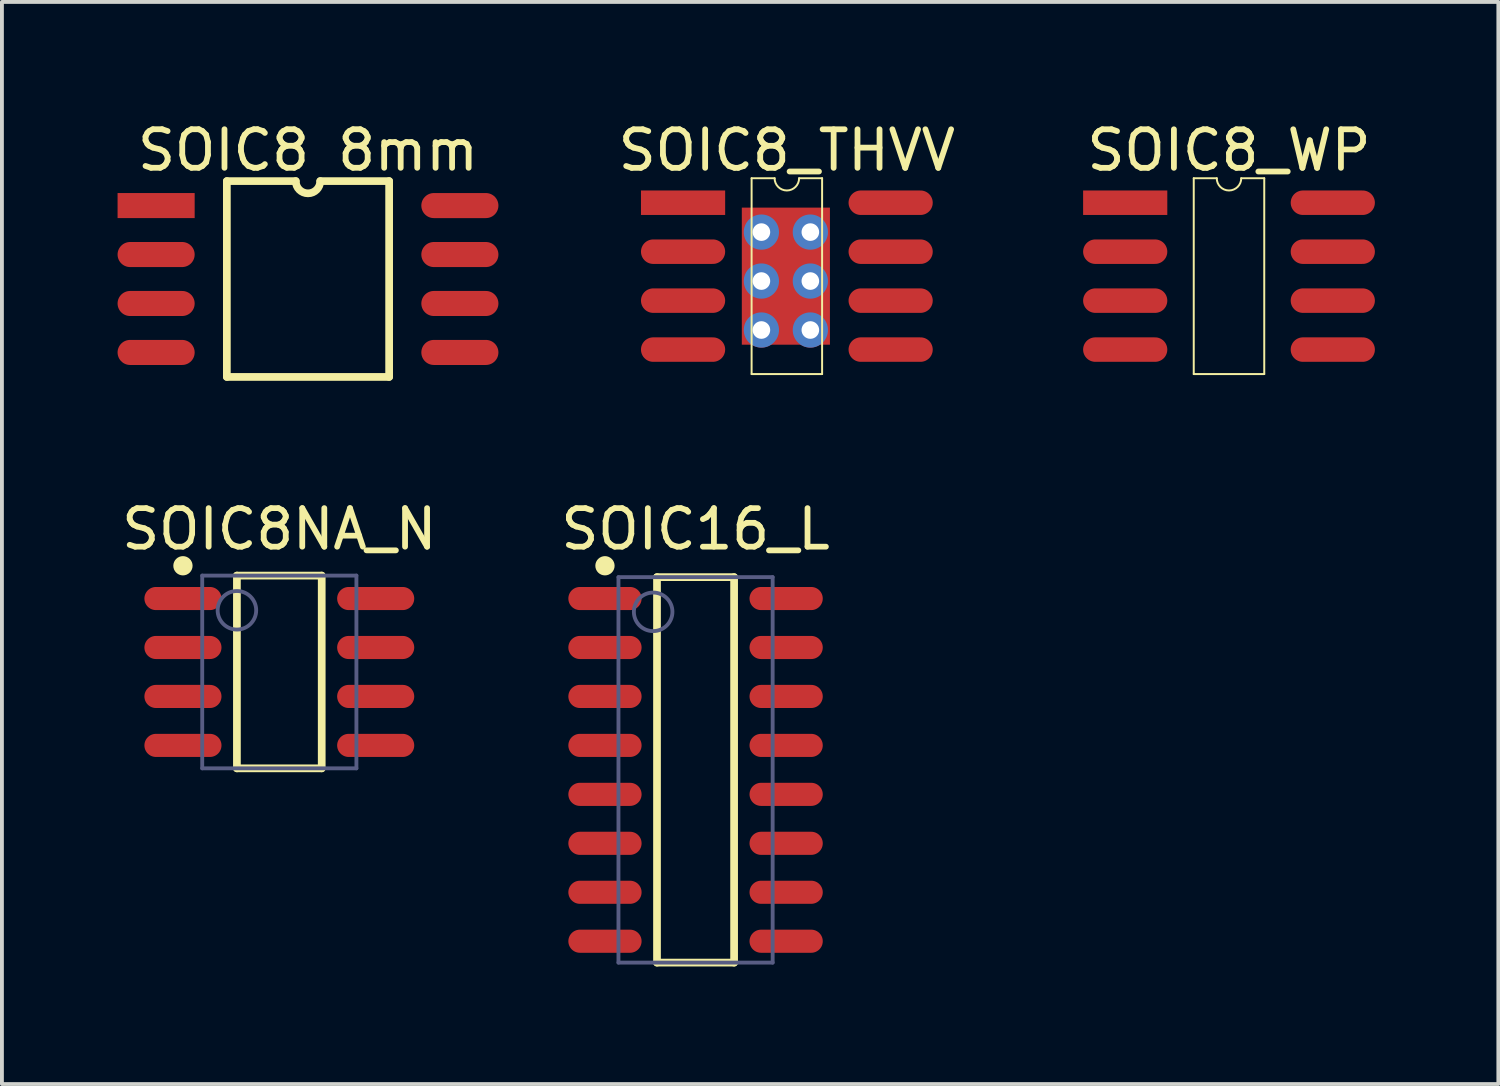
<source format=kicad_pcb>
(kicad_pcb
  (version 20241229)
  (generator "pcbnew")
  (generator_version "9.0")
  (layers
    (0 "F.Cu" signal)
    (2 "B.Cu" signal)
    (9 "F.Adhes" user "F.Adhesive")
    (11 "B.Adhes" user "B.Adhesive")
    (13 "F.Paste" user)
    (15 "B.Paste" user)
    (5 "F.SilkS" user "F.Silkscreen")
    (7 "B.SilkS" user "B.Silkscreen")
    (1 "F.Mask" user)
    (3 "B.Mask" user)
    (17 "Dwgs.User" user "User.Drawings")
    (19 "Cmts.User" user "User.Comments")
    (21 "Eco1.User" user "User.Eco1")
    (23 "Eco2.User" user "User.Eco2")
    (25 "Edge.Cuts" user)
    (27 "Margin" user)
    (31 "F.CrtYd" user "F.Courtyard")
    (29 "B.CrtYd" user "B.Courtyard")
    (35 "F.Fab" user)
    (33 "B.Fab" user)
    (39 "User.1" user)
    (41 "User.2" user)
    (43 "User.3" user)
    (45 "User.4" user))
  (footprint "SOIC8NA_N"
    (layer "F.Cu")
    (at 4.196 14.382)
    (property "Reference" "SOIC8NA_N" (at 0 -3.705 0) (layer "F.SilkS") (effects (font (size 1 1) (thickness 0.15))))
    (fp_line (start -1.1 -2.5) (end 1.1 -2.5) (stroke (width 0.2) (type solid)) (layer "F.SilkS"))
    (fp_line (start -1.1 2.5) (end -1.1 -2.5) (stroke (width 0.2) (type solid)) (layer "F.SilkS"))
    (fp_line (start -1.1 2.5) (end 1.1 2.5) (stroke (width 0.2) (type solid)) (layer "F.SilkS"))
    (fp_line (start 1.1 2.5) (end 1.1 -2.5) (stroke (width 0.2) (type solid)) (layer "F.SilkS"))
    (fp_circle (center -2.5 -2.755) (end -2.5 -2.88) (stroke (width 0.25) (type solid)) (fill no) (layer "F.SilkS"))
    (fp_line (start -3.75 -2.75) (end 3.75 -2.75) (stroke (width 0.1) (type solid)) (layer "Eco2.User"))
    (fp_line (start -3.75 2.75) (end -3.75 -2.75) (stroke (width 0.1) (type solid)) (layer "Eco2.User"))
    (fp_line (start -3.75 2.75) (end 3.75 2.75) (stroke (width 0.1) (type solid)) (layer "Eco2.User"))
    (fp_line (start -0.5 0) (end 0.5 0) (stroke (width 0.1) (type solid)) (layer "Eco2.User"))
    (fp_line (start 0 0.5) (end 0 -0.5) (stroke (width 0.1) (type solid)) (layer "Eco2.User"))
    (fp_line (start 3.75 2.75) (end 3.75 -2.75) (stroke (width 0.1) (type solid)) (layer "Eco2.User"))
    (fp_line (start -2 -2.5) (end 2 -2.5) (stroke (width 0.1) (type solid)) (layer "B.Fab"))
    (fp_line (start -2 2.5) (end -2 -2.5) (stroke (width 0.1) (type solid)) (layer "B.Fab"))
    (fp_line (start -2 2.5) (end 2 2.5) (stroke (width 0.1) (type solid)) (layer "B.Fab"))
    (fp_line (start 2 2.5) (end 2 -2.5) (stroke (width 0.1) (type solid)) (layer "B.Fab"))
    (fp_circle (center -1.1 -1.6) (end -1.1 -2.1) (stroke (width 0.1) (type solid)) (fill no) (layer "B.Fab"))
    (pad "1" smd oval (at -2.5 -1.905 90) (size 0.6 2) (layers "F.Cu" "F.Mask" "F.Paste"))
    (pad "2" smd oval (at -2.5 -0.635 90) (size 0.6 2) (layers "F.Cu" "F.Mask" "F.Paste"))
    (pad "3" smd oval (at -2.5 0.635 90) (size 0.6 2) (layers "F.Cu" "F.Mask" "F.Paste"))
    (pad "4" smd oval (at -2.5 1.905 90) (size 0.6 2) (layers "F.Cu" "F.Mask" "F.Paste"))
    (pad "5" smd oval (at 2.5 1.905 90) (size 0.6 2) (layers "F.Cu" "F.Mask" "F.Paste"))
    (pad "6" smd oval (at 2.5 0.635 90) (size 0.6 2) (layers "F.Cu" "F.Mask" "F.Paste"))
    (pad "7" smd oval (at 2.5 -0.635 90) (size 0.6 2) (layers "F.Cu" "F.Mask" "F.Paste"))
    (pad "8" smd oval (at 2.5 -1.905 90) (size 0.6 2) (layers "F.Cu" "F.Mask" "F.Paste")))
  (footprint "SOIC8_THVV"
    (layer "F.Cu")
    (at 14.67 2.209)
    (property "Reference" "SOIC8_THVV" (at 2.692 -1.36 0) (layer "F.SilkS") (effects (font (size 1 1) (thickness 0.15))))
    (fp_line (start 1.778 -0.635) (end 2.375 -0.635) (stroke (width 0.051) (type solid)) (layer "F.SilkS"))
    (fp_line (start 1.778 4.445) (end 1.778 -0.635) (stroke (width 0.051) (type solid)) (layer "F.SilkS"))
    (fp_line (start 1.778 4.445) (end 3.607 4.445) (stroke (width 0.051) (type solid)) (layer "F.SilkS"))
    (fp_line (start 3.01 -0.635) (end 3.607 -0.635) (stroke (width 0.051) (type solid)) (layer "F.SilkS"))
    (fp_line (start 3.607 4.445) (end 3.607 -0.635) (stroke (width 0.051) (type solid)) (layer "F.SilkS"))
    (fp_arc (start 3.0099 -0.635) (mid 2.6924 -0.3175) (end 2.3749 -0.635) (stroke (width 0.0508) (type solid)) (layer "F.SilkS"))
    (pad "1" smd rect (at 0 0) (size 2.184 0.635) (layers "F.Cu" "F.Mask" "F.Paste"))
    (pad "2" smd oval (at 0 1.27) (size 2.184 0.635) (layers "F.Cu" "F.Mask" "F.Paste"))
    (pad "3" smd oval (at 0 2.54) (size 2.184 0.635) (layers "F.Cu" "F.Mask" "F.Paste"))
    (pad "4" smd oval (at 0 3.81) (size 2.184 0.635) (layers "F.Cu" "F.Mask" "F.Paste"))
    (pad "5" smd oval (at 5.385 3.81) (size 2.184 0.635) (layers "F.Cu" "F.Mask" "F.Paste"))
    (pad "6" smd oval (at 5.385 2.54) (size 2.184 0.635) (layers "F.Cu" "F.Mask" "F.Paste"))
    (pad "7" smd oval (at 5.385 1.27) (size 2.184 0.635) (layers "F.Cu" "F.Mask" "F.Paste"))
    (pad "8" smd oval (at 5.385 0) (size 2.184 0.635) (layers "F.Cu" "F.Mask" "F.Paste"))
    (pad "9" thru_hole circle (at 2.032 0.762) (size 0.914 0.914) (drill 0.457) (layers "*.Cu" "*.Mask"))
    (pad "9" thru_hole circle (at 2.032 2.032) (size 0.914 0.914) (drill 0.457) (layers "*.Cu" "*.Mask"))
    (pad "9" thru_hole circle (at 2.032 3.302) (size 0.914 0.914) (drill 0.457) (layers "*.Cu" "*.Mask"))
    (pad "9" smd rect (at 2.667 1.905 90) (size 3.556 2.286) (layers "F.Cu" "F.Mask" "F.Paste"))
    (pad "9" thru_hole circle (at 3.302 0.762) (size 0.914 0.914) (drill 0.457) (layers "*.Cu" "*.Mask"))
    (pad "9" thru_hole circle (at 3.302 2.032) (size 0.914 0.914) (drill 0.457) (layers "*.Cu" "*.Mask"))
    (pad "9" thru_hole circle (at 3.302 3.302) (size 0.914 0.914) (drill 0.457) (layers "*.Cu" "*.Mask")))
  (footprint "SOIC16_L"
    (layer "F.Cu")
    (at 14.994 16.922)
    (property "Reference" "SOIC16_L" (at 0 -6.245 0) (layer "F.SilkS") (effects (font (size 1 1) (thickness 0.15))))
    (fp_line (start -1 -5) (end 1 -5) (stroke (width 0.2) (type solid)) (layer "F.SilkS"))
    (fp_line (start -1 5) (end -1 -5) (stroke (width 0.2) (type solid)) (layer "F.SilkS"))
    (fp_line (start -1 5) (end 1 5) (stroke (width 0.2) (type solid)) (layer "F.SilkS"))
    (fp_line (start 1 5) (end 1 -5) (stroke (width 0.2) (type solid)) (layer "F.SilkS"))
    (fp_circle (center -2.35 -5.295) (end -2.35 -5.42) (stroke (width 0.25) (type solid)) (fill no) (layer "F.SilkS"))
    (fp_line (start -3.4 -5.1) (end 3.4 -5.1) (stroke (width 0.1) (type solid)) (layer "Eco2.User"))
    (fp_line (start -3.4 5.1) (end -3.4 -5.1) (stroke (width 0.1) (type solid)) (layer "Eco2.User"))
    (fp_line (start -3.4 5.1) (end 3.4 5.1) (stroke (width 0.1) (type solid)) (layer "Eco2.User"))
    (fp_line (start -0.5 0) (end 0.5 0) (stroke (width 0.1) (type solid)) (layer "Eco2.User"))
    (fp_line (start 0 0.5) (end 0 -0.5) (stroke (width 0.1) (type solid)) (layer "Eco2.User"))
    (fp_line (start 3.4 5.1) (end 3.4 -5.1) (stroke (width 0.1) (type solid)) (layer "Eco2.User"))
    (fp_line (start -2 -5) (end 2 -5) (stroke (width 0.1) (type solid)) (layer "B.Fab"))
    (fp_line (start -2 5) (end -2 -5) (stroke (width 0.1) (type solid)) (layer "B.Fab"))
    (fp_line (start -2 5) (end 2 5) (stroke (width 0.1) (type solid)) (layer "B.Fab"))
    (fp_line (start 2 5) (end 2 -5) (stroke (width 0.1) (type solid)) (layer "B.Fab"))
    (fp_circle (center -1.1 -4.1) (end -1.1 -4.6) (stroke (width 0.1) (type solid)) (fill no) (layer "B.Fab"))
    (pad "1" smd oval (at -2.35 -4.445 90) (size 0.6 1.9) (layers "F.Cu" "F.Mask" "F.Paste"))
    (pad "2" smd oval (at -2.35 -3.175 90) (size 0.6 1.9) (layers "F.Cu" "F.Mask" "F.Paste"))
    (pad "3" smd oval (at -2.35 -1.905 90) (size 0.6 1.9) (layers "F.Cu" "F.Mask" "F.Paste"))
    (pad "4" smd oval (at -2.35 -0.635 90) (size 0.6 1.9) (layers "F.Cu" "F.Mask" "F.Paste"))
    (pad "5" smd oval (at -2.35 0.635 90) (size 0.6 1.9) (layers "F.Cu" "F.Mask" "F.Paste"))
    (pad "6" smd oval (at -2.35 1.905 90) (size 0.6 1.9) (layers "F.Cu" "F.Mask" "F.Paste"))
    (pad "7" smd oval (at -2.35 3.175 90) (size 0.6 1.9) (layers "F.Cu" "F.Mask" "F.Paste"))
    (pad "8" smd oval (at -2.35 4.445 90) (size 0.6 1.9) (layers "F.Cu" "F.Mask" "F.Paste"))
    (pad "9" smd oval (at 2.35 4.445 90) (size 0.6 1.9) (layers "F.Cu" "F.Mask" "F.Paste"))
    (pad "10" smd oval (at 2.35 3.175 90) (size 0.6 1.9) (layers "F.Cu" "F.Mask" "F.Paste"))
    (pad "11" smd oval (at 2.35 1.905 90) (size 0.6 1.9) (layers "F.Cu" "F.Mask" "F.Paste"))
    (pad "12" smd oval (at 2.35 0.635 90) (size 0.6 1.9) (layers "F.Cu" "F.Mask" "F.Paste"))
    (pad "13" smd oval (at 2.35 -0.635 90) (size 0.6 1.9) (layers "F.Cu" "F.Mask" "F.Paste"))
    (pad "14" smd oval (at 2.35 -1.905 90) (size 0.6 1.9) (layers "F.Cu" "F.Mask" "F.Paste"))
    (pad "15" smd oval (at 2.35 -3.175 90) (size 0.6 1.9) (layers "F.Cu" "F.Mask" "F.Paste"))
    (pad "16" smd oval (at 2.35 -4.445 90) (size 0.6 1.9) (layers "F.Cu" "F.Mask" "F.Paste")))
  (footprint "SOIC8 8mm"
    (layer "F.Cu")
    (at 1 2.283)
    (property "Reference" "SOIC8 8mm" (at 3.94 -1.435 0) (layer "F.SilkS") (effects (font (size 1 1) (thickness 0.15))))
    (fp_line (start 1.835 -0.635) (end 3.623 -0.635) (stroke (width 0.2) (type solid)) (layer "F.SilkS"))
    (fp_line (start 1.835 4.445) (end 1.835 -0.635) (stroke (width 0.2) (type solid)) (layer "F.SilkS"))
    (fp_line (start 1.835 4.445) (end 6.045 4.445) (stroke (width 0.2) (type solid)) (layer "F.SilkS"))
    (fp_line (start 4.258 -0.635) (end 6.045 -0.635) (stroke (width 0.2) (type solid)) (layer "F.SilkS"))
    (fp_line (start 6.045 4.445) (end 6.045 -0.635) (stroke (width 0.2) (type solid)) (layer "F.SilkS"))
    (fp_arc (start 4.2575 -0.635) (mid 3.94 -0.3175) (end 3.6225 -0.635) (stroke (width 0.2) (type solid)) (layer "F.SilkS"))
    (pad "1" smd rect (at 0 0) (size 2 0.65) (layers "F.Cu" "F.Mask" "F.Paste"))
    (pad "2" smd oval (at 0 1.27) (size 2 0.65) (layers "F.Cu" "F.Mask" "F.Paste"))
    (pad "3" smd oval (at 0 2.54) (size 2 0.65) (layers "F.Cu" "F.Mask" "F.Paste"))
    (pad "4" smd oval (at 0 3.81) (size 2 0.65) (layers "F.Cu" "F.Mask" "F.Paste"))
    (pad "5" smd oval (at 7.88 3.81) (size 2 0.65) (layers "F.Cu" "F.Mask" "F.Paste"))
    (pad "6" smd oval (at 7.88 2.54) (size 2 0.65) (layers "F.Cu" "F.Mask" "F.Paste"))
    (pad "7" smd oval (at 7.88 1.27) (size 2 0.65) (layers "F.Cu" "F.Mask" "F.Paste"))
    (pad "8" smd oval (at 7.88 0) (size 2 0.65) (layers "F.Cu" "F.Mask" "F.Paste")))
  (footprint "SOIC8_WP"
    (layer "F.Cu")
    (at 26.14 2.209)
    (property "Reference" "SOIC8_WP" (at 2.692 -1.36 0) (layer "F.SilkS") (effects (font (size 1 1) (thickness 0.15))))
    (fp_line (start 1.778 -0.635) (end 2.375 -0.635) (stroke (width 0.051) (type solid)) (layer "F.SilkS"))
    (fp_line (start 1.778 4.445) (end 1.778 -0.635) (stroke (width 0.051) (type solid)) (layer "F.SilkS"))
    (fp_line (start 1.778 4.445) (end 3.607 4.445) (stroke (width 0.051) (type solid)) (layer "F.SilkS"))
    (fp_line (start 3.01 -0.635) (end 3.607 -0.635) (stroke (width 0.051) (type solid)) (layer "F.SilkS"))
    (fp_line (start 3.607 4.445) (end 3.607 -0.635) (stroke (width 0.051) (type solid)) (layer "F.SilkS"))
    (fp_arc (start 3.0099 -0.635) (mid 2.6924 -0.3175) (end 2.3749 -0.635) (stroke (width 0.0508) (type solid)) (layer "F.SilkS"))
    (fp_rect (start -1.295 0.381) (end -0.127 -0.381) (stroke (width 0) (type default)) (fill yes) (layer "F.Paste"))
    (fp_rect (start -1.295 1.651) (end -0.127 0.889) (stroke (width 0) (type default)) (fill yes) (layer "F.Paste"))
    (fp_rect (start -1.295 2.921) (end -0.127 2.159) (stroke (width 0) (type default)) (fill yes) (layer "F.Paste"))
    (fp_rect (start -1.295 4.191) (end -0.127 3.429) (stroke (width 0) (type default)) (fill yes) (layer "F.Paste"))
    (fp_rect (start 5.461 0.381) (end 6.68 -0.381) (stroke (width 0) (type default)) (fill yes) (layer "F.Paste"))
    (fp_rect (start 5.461 1.651) (end 6.68 0.889) (stroke (width 0) (type default)) (fill yes) (layer "F.Paste"))
    (fp_rect (start 5.461 2.921) (end 6.68 2.159) (stroke (width 0) (type default)) (fill yes) (layer "F.Paste"))
    (fp_rect (start 5.461 4.191) (end 6.68 3.429) (stroke (width 0) (type default)) (fill yes) (layer "F.Paste"))
    (pad "1" smd rect (at 0 0) (size 2.184 0.635) (layers "F.Cu" "F.Mask" "F.Paste"))
    (pad "2" smd oval (at 0 1.27) (size 2.184 0.635) (layers "F.Cu" "F.Mask" "F.Paste"))
    (pad "3" smd oval (at 0 2.54) (size 2.184 0.635) (layers "F.Cu" "F.Mask" "F.Paste"))
    (pad "4" smd oval (at 0 3.81) (size 2.184 0.635) (layers "F.Cu" "F.Mask" "F.Paste"))
    (pad "5" smd oval (at 5.385 3.81) (size 2.184 0.635) (layers "F.Cu" "F.Mask" "F.Paste"))
    (pad "6" smd oval (at 5.385 2.54) (size 2.184 0.635) (layers "F.Cu" "F.Mask" "F.Paste"))
    (pad "7" smd oval (at 5.385 1.27) (size 2.184 0.635) (layers "F.Cu" "F.Mask" "F.Paste"))
    (pad "8" smd oval (at 5.385 0) (size 2.184 0.635) (layers "F.Cu" "F.Mask" "F.Paste")))
  (gr_rect
    (start -3 -3)
    (end 35.82 25.072)
    (stroke (width 0.1) (type default))
    (fill no)
    (layer "Edge.Cuts")))
</source>
